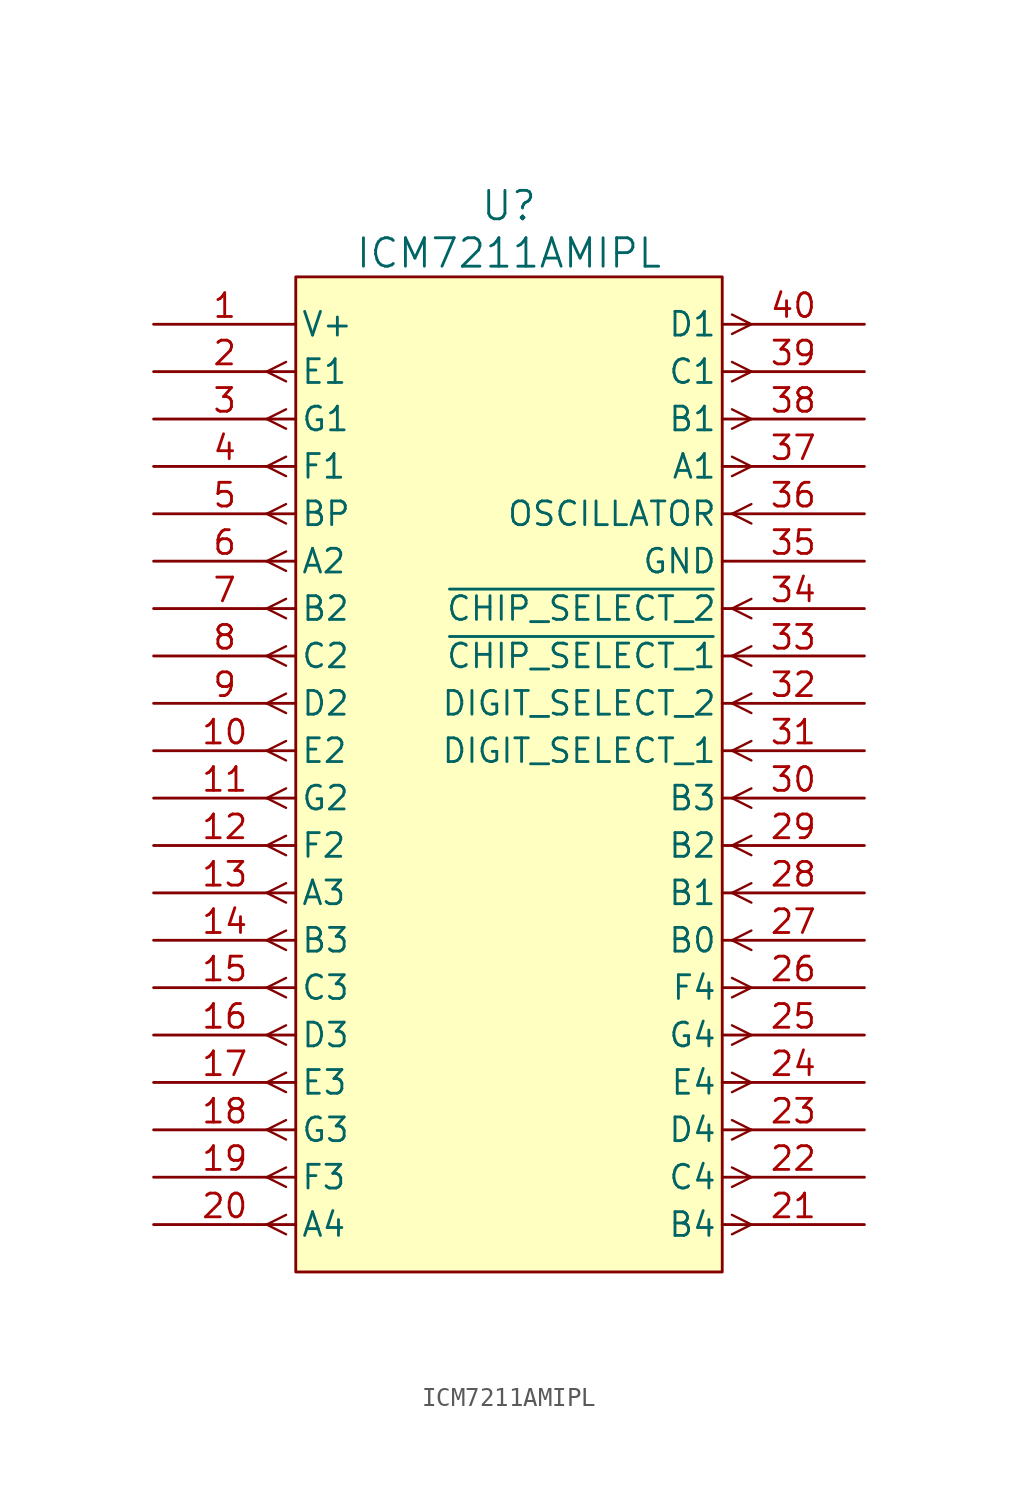
<source format=kicad_sym>
(kicad_symbol_lib
  (version 20220914)
  (generator kicad_symbol_editor)
  (symbol "ICM7211AMIPL"
    (pin_names
      (offset 0.254))
    (property "Reference" "U"
      (at 19.05 6.35 0)
      (effects (font (size 1.524 1.524))))
    (property "Value" "ICM7211AMIPL"
      (at 19.05 3.81 0)
      (effects (font (size 1.524 1.524))))
    (symbol "ICM7211AMIPL_0_1"
      (polyline (pts (xy 7.099 -48.781) (xy 6.058 -48.26)) (stroke (width 0.127) (type default)) (fill (type none)))
      (polyline (pts (xy 7.099 -47.739) (xy 6.058 -48.26)) (stroke (width 0.127) (type default)) (fill (type none)))
      (polyline (pts (xy 7.099 -46.241) (xy 6.058 -45.72)) (stroke (width 0.127) (type default)) (fill (type none)))
      (polyline (pts (xy 7.099 -45.199) (xy 6.058 -45.72)) (stroke (width 0.127) (type default)) (fill (type none)))
      (polyline (pts (xy 7.099 -43.701) (xy 6.058 -43.18)) (stroke (width 0.127) (type default)) (fill (type none)))
      (polyline (pts (xy 7.099 -42.659) (xy 6.058 -43.18)) (stroke (width 0.127) (type default)) (fill (type none)))
      (polyline (pts (xy 7.099 -41.161) (xy 6.058 -40.64)) (stroke (width 0.127) (type default)) (fill (type none)))
      (polyline (pts (xy 7.099 -40.119) (xy 6.058 -40.64)) (stroke (width 0.127) (type default)) (fill (type none)))
      (polyline (pts (xy 7.099 -38.621) (xy 6.058 -38.1)) (stroke (width 0.127) (type default)) (fill (type none)))
      (polyline (pts (xy 7.099 -37.579) (xy 6.058 -38.1)) (stroke (width 0.127) (type default)) (fill (type none)))
      (polyline (pts (xy 7.099 -36.081) (xy 6.058 -35.56)) (stroke (width 0.127) (type default)) (fill (type none)))
      (polyline (pts (xy 7.099 -35.039) (xy 6.058 -35.56)) (stroke (width 0.127) (type default)) (fill (type none)))
      (polyline (pts (xy 7.099 -33.541) (xy 6.058 -33.02)) (stroke (width 0.127) (type default)) (fill (type none)))
      (polyline (pts (xy 7.099 -32.499) (xy 6.058 -33.02)) (stroke (width 0.127) (type default)) (fill (type none)))
      (polyline (pts (xy 7.099 -31.001) (xy 6.058 -30.48)) (stroke (width 0.127) (type default)) (fill (type none)))
      (polyline (pts (xy 7.099 -29.959) (xy 6.058 -30.48)) (stroke (width 0.127) (type default)) (fill (type none)))
      (polyline (pts (xy 7.099 -28.461) (xy 6.058 -27.94)) (stroke (width 0.127) (type default)) (fill (type none)))
      (polyline (pts (xy 7.099 -27.419) (xy 6.058 -27.94)) (stroke (width 0.127) (type default)) (fill (type none)))
      (polyline (pts (xy 7.099 -25.921) (xy 6.058 -25.4)) (stroke (width 0.127) (type default)) (fill (type none)))
      (polyline (pts (xy 7.099 -24.879) (xy 6.058 -25.4)) (stroke (width 0.127) (type default)) (fill (type none)))
      (polyline (pts (xy 7.099 -23.381) (xy 6.058 -22.86)) (stroke (width 0.127) (type default)) (fill (type none)))
      (polyline (pts (xy 7.099 -22.339) (xy 6.058 -22.86)) (stroke (width 0.127) (type default)) (fill (type none)))
      (polyline (pts (xy 7.099 -20.841) (xy 6.058 -20.32)) (stroke (width 0.127) (type default)) (fill (type none)))
      (polyline (pts (xy 7.099 -19.799) (xy 6.058 -20.32)) (stroke (width 0.127) (type default)) (fill (type none)))
      (polyline (pts (xy 7.099 -18.301) (xy 6.058 -17.78)) (stroke (width 0.127) (type default)) (fill (type none)))
      (polyline (pts (xy 7.099 -17.259) (xy 6.058 -17.78)) (stroke (width 0.127) (type default)) (fill (type none)))
      (polyline (pts (xy 7.099 -15.761) (xy 6.058 -15.24)) (stroke (width 0.127) (type default)) (fill (type none)))
      (polyline (pts (xy 7.099 -14.719) (xy 6.058 -15.24)) (stroke (width 0.127) (type default)) (fill (type none)))
      (polyline (pts (xy 7.099 -13.221) (xy 6.058 -12.7)) (stroke (width 0.127) (type default)) (fill (type none)))
      (polyline (pts (xy 7.099 -12.179) (xy 6.058 -12.7)) (stroke (width 0.127) (type default)) (fill (type none)))
      (polyline (pts (xy 7.099 -10.681) (xy 6.058 -10.16)) (stroke (width 0.127) (type default)) (fill (type none)))
      (polyline (pts (xy 7.099 -9.639) (xy 6.058 -10.16)) (stroke (width 0.127) (type default)) (fill (type none)))
      (polyline (pts (xy 7.099 -8.141) (xy 6.058 -7.62)) (stroke (width 0.127) (type default)) (fill (type none)))
      (polyline (pts (xy 7.099 -7.099) (xy 6.058 -7.62)) (stroke (width 0.127) (type default)) (fill (type none)))
      (polyline (pts (xy 7.099 -5.601) (xy 6.058 -5.08)) (stroke (width 0.127) (type default)) (fill (type none)))
      (polyline (pts (xy 7.099 -4.559) (xy 6.058 -5.08)) (stroke (width 0.127) (type default)) (fill (type none)))
      (polyline (pts (xy 7.099 -3.061) (xy 6.058 -2.54)) (stroke (width 0.127) (type default)) (fill (type none)))
      (polyline (pts (xy 7.099 -2.019) (xy 6.058 -2.54)) (stroke (width 0.127) (type default)) (fill (type none)))
      (polyline (pts (xy 31.001 -48.781) (xy 32.042 -48.26)) (stroke (width 0.127) (type default)) (fill (type none)))
      (polyline (pts (xy 31.001 -47.739) (xy 32.042 -48.26)) (stroke (width 0.127) (type default)) (fill (type none)))
      (polyline (pts (xy 31.001 -46.241) (xy 32.042 -45.72)) (stroke (width 0.127) (type default)) (fill (type none)))
      (polyline (pts (xy 31.001 -45.199) (xy 32.042 -45.72)) (stroke (width 0.127) (type default)) (fill (type none)))
      (polyline (pts (xy 31.001 -43.701) (xy 32.042 -43.18)) (stroke (width 0.127) (type default)) (fill (type none)))
      (polyline (pts (xy 31.001 -42.659) (xy 32.042 -43.18)) (stroke (width 0.127) (type default)) (fill (type none)))
      (polyline (pts (xy 31.001 -41.161) (xy 32.042 -40.64)) (stroke (width 0.127) (type default)) (fill (type none)))
      (polyline (pts (xy 31.001 -40.119) (xy 32.042 -40.64)) (stroke (width 0.127) (type default)) (fill (type none)))
      (polyline (pts (xy 31.001 -38.621) (xy 32.042 -38.1)) (stroke (width 0.127) (type default)) (fill (type none)))
      (polyline (pts (xy 31.001 -37.579) (xy 32.042 -38.1)) (stroke (width 0.127) (type default)) (fill (type none)))
      (polyline (pts (xy 31.001 -36.081) (xy 32.042 -35.56)) (stroke (width 0.127) (type default)) (fill (type none)))
      (polyline (pts (xy 31.001 -35.039) (xy 32.042 -35.56)) (stroke (width 0.127) (type default)) (fill (type none)))
      (polyline (pts (xy 31.001 -33.02) (xy 32.042 -33.541)) (stroke (width 0.127) (type default)) (fill (type none)))
      (polyline (pts (xy 31.001 -33.02) (xy 32.042 -32.499)) (stroke (width 0.127) (type default)) (fill (type none)))
      (polyline (pts (xy 31.001 -30.48) (xy 32.042 -31.001)) (stroke (width 0.127) (type default)) (fill (type none)))
      (polyline (pts (xy 31.001 -30.48) (xy 32.042 -29.959)) (stroke (width 0.127) (type default)) (fill (type none)))
      (polyline (pts (xy 31.001 -27.94) (xy 32.042 -28.461)) (stroke (width 0.127) (type default)) (fill (type none)))
      (polyline (pts (xy 31.001 -27.94) (xy 32.042 -27.419)) (stroke (width 0.127) (type default)) (fill (type none)))
      (polyline (pts (xy 31.001 -25.4) (xy 32.042 -25.921)) (stroke (width 0.127) (type default)) (fill (type none)))
      (polyline (pts (xy 31.001 -25.4) (xy 32.042 -24.879)) (stroke (width 0.127) (type default)) (fill (type none)))
      (polyline (pts (xy 31.001 -22.86) (xy 32.042 -23.381)) (stroke (width 0.127) (type default)) (fill (type none)))
      (polyline (pts (xy 31.001 -22.86) (xy 32.042 -22.339)) (stroke (width 0.127) (type default)) (fill (type none)))
      (polyline (pts (xy 31.001 -20.32) (xy 32.042 -20.841)) (stroke (width 0.127) (type default)) (fill (type none)))
      (polyline (pts (xy 31.001 -20.32) (xy 32.042 -19.799)) (stroke (width 0.127) (type default)) (fill (type none)))
      (polyline (pts (xy 31.001 -17.78) (xy 32.042 -18.301)) (stroke (width 0.127) (type default)) (fill (type none)))
      (polyline (pts (xy 31.001 -17.78) (xy 32.042 -17.259)) (stroke (width 0.127) (type default)) (fill (type none)))
      (polyline (pts (xy 31.001 -15.24) (xy 32.042 -15.761)) (stroke (width 0.127) (type default)) (fill (type none)))
      (polyline (pts (xy 31.001 -15.24) (xy 32.042 -14.719)) (stroke (width 0.127) (type default)) (fill (type none)))
      (polyline (pts (xy 31.001 -10.16) (xy 32.042 -10.681)) (stroke (width 0.127) (type default)) (fill (type none)))
      (polyline (pts (xy 31.001 -10.16) (xy 32.042 -9.639)) (stroke (width 0.127) (type default)) (fill (type none)))
      (polyline (pts (xy 31.001 -8.141) (xy 32.042 -7.62)) (stroke (width 0.127) (type default)) (fill (type none)))
      (polyline (pts (xy 31.001 -7.099) (xy 32.042 -7.62)) (stroke (width 0.127) (type default)) (fill (type none)))
      (polyline (pts (xy 31.001 -5.601) (xy 32.042 -5.08)) (stroke (width 0.127) (type default)) (fill (type none)))
      (polyline (pts (xy 31.001 -4.559) (xy 32.042 -5.08)) (stroke (width 0.127) (type default)) (fill (type none)))
      (polyline (pts (xy 31.001 -3.061) (xy 32.042 -2.54)) (stroke (width 0.127) (type default)) (fill (type none)))
      (polyline (pts (xy 31.001 -2.019) (xy 32.042 -2.54)) (stroke (width 0.127) (type default)) (fill (type none)))
      (polyline (pts (xy 31.001 -0.521) (xy 32.042 0)) (stroke (width 0.127) (type default)) (fill (type none)))
      (polyline (pts (xy 31.001 0.521) (xy 32.042 0)) (stroke (width 0.127) (type default)) (fill (type none)))
      (pin power_in line (at 0 0 0) (length 7.62) (name "V+" (effects (font (size 1.27 1.27)))) (number "1" (effects (font (size 1.27 1.27)))))
      (pin input line (at 38.1 -33.02 180) (length 7.62) (name "B0" (effects (font (size 1.27 1.27)))) (number "27" (effects (font (size 1.27 1.27)))))
      (pin input line (at 38.1 -30.48 180) (length 7.62) (name "B1" (effects (font (size 1.27 1.27)))) (number "28" (effects (font (size 1.27 1.27)))))
      (pin input line (at 38.1 -27.94 180) (length 7.62) (name "B2" (effects (font (size 1.27 1.27)))) (number "29" (effects (font (size 1.27 1.27)))))
      (pin input line (at 38.1 -25.4 180) (length 7.62) (name "B3" (effects (font (size 1.27 1.27)))) (number "30" (effects (font (size 1.27 1.27)))))
      (pin power_in line (at 38.1 -12.7 180) (length 7.62) (name "GND" (effects (font (size 1.27 1.27)))) (number "35" (effects (font (size 1.27 1.27)))))
      (pin output line (at 0 -10.16 0) (length 7.62) (name "BP" (effects (font (size 1.27 1.27)))) (number "5" (effects (font (size 1.27 1.27))))))
    (symbol "ICM7211AMIPL_1_1"
      (rectangle (start 7.62 2.54) (end 30.48 -50.8) (stroke (width 0) (type default)) (fill (type background)))
      (pin output line (at 0 -22.86 0) (length 7.62) (name "E2" (effects (font (size 1.27 1.27)))) (number "10" (effects (font (size 1.27 1.27)))) (alternate "2E" output line))
      (pin output line (at 0 -25.4 0) (length 7.62) (name "G2" (effects (font (size 1.27 1.27)))) (number "11" (effects (font (size 1.27 1.27)))) (alternate "2G" output line))
      (pin output line (at 0 -27.94 0) (length 7.62) (name "F2" (effects (font (size 1.27 1.27)))) (number "12" (effects (font (size 1.27 1.27)))) (alternate "2F" output line))
      (pin output line (at 0 -30.48 0) (length 7.62) (name "A3" (effects (font (size 1.27 1.27)))) (number "13" (effects (font (size 1.27 1.27)))) (alternate "3A" output line))
      (pin output line (at 0 -33.02 0) (length 7.62) (name "B3" (effects (font (size 1.27 1.27)))) (number "14" (effects (font (size 1.27 1.27)))) (alternate "3B" output line))
      (pin output line (at 0 -35.56 0) (length 7.62) (name "C3" (effects (font (size 1.27 1.27)))) (number "15" (effects (font (size 1.27 1.27)))) (alternate "3C" output line))
      (pin output line (at 0 -38.1 0) (length 7.62) (name "D3" (effects (font (size 1.27 1.27)))) (number "16" (effects (font (size 1.27 1.27)))) (alternate "3D" output line))
      (pin output line (at 0 -40.64 0) (length 7.62) (name "E3" (effects (font (size 1.27 1.27)))) (number "17" (effects (font (size 1.27 1.27)))) (alternate "3E" output line))
      (pin output line (at 0 -43.18 0) (length 7.62) (name "G3" (effects (font (size 1.27 1.27)))) (number "18" (effects (font (size 1.27 1.27)))) (alternate "3G" output line))
      (pin output line (at 0 -45.72 0) (length 7.62) (name "F3" (effects (font (size 1.27 1.27)))) (number "19" (effects (font (size 1.27 1.27)))) (alternate "3F" output line))
      (pin output line (at 0 -2.54 0) (length 7.62) (name "E1" (effects (font (size 1.27 1.27)))) (number "2" (effects (font (size 1.27 1.27)))) (alternate "1E" output line))
      (pin output line (at 0 -48.26 0) (length 7.62) (name "A4" (effects (font (size 1.27 1.27)))) (number "20" (effects (font (size 1.27 1.27)))) (alternate "4A" output line))
      (pin output line (at 38.1 -48.26 180) (length 7.62) (name "B4" (effects (font (size 1.27 1.27)))) (number "21" (effects (font (size 1.27 1.27)))) (alternate "4B" output line))
      (pin output line (at 38.1 -45.72 180) (length 7.62) (name "C4" (effects (font (size 1.27 1.27)))) (number "22" (effects (font (size 1.27 1.27)))) (alternate "C4" output line))
      (pin output line (at 38.1 -43.18 180) (length 7.62) (name "D4" (effects (font (size 1.27 1.27)))) (number "23" (effects (font (size 1.27 1.27)))) (alternate "4D" output line))
      (pin output line (at 38.1 -40.64 180) (length 7.62) (name "E4" (effects (font (size 1.27 1.27)))) (number "24" (effects (font (size 1.27 1.27)))) (alternate "4E" output line))
      (pin output line (at 38.1 -38.1 180) (length 7.62) (name "G4" (effects (font (size 1.27 1.27)))) (number "25" (effects (font (size 1.27 1.27)))) (alternate "4G" output line))
      (pin output line (at 38.1 -35.56 180) (length 7.62) (name "F4" (effects (font (size 1.27 1.27)))) (number "26" (effects (font (size 1.27 1.27)))) (alternate "4F" output line))
      (pin output line (at 0 -5.08 0) (length 7.62) (name "G1" (effects (font (size 1.27 1.27)))) (number "3" (effects (font (size 1.27 1.27)))) (alternate "1G" output line))
      (pin input line (at 38.1 -22.86 180) (length 7.62) (name "DIGIT_SELECT_1" (effects (font (size 1.27 1.27)))) (number "31" (effects (font (size 1.27 1.27)))))
      (pin input line (at 38.1 -20.32 180) (length 7.62) (name "DIGIT_SELECT_2" (effects (font (size 1.27 1.27)))) (number "32" (effects (font (size 1.27 1.27)))))
      (pin input line (at 38.1 -17.78 180) (length 7.62) (name "~{CHIP_SELECT_1}" (effects (font (size 1.27 1.27)))) (number "33" (effects (font (size 1.27 1.27)))))
      (pin input line (at 38.1 -15.24 180) (length 7.62) (name "~{CHIP_SELECT_2}" (effects (font (size 1.27 1.27)))) (number "34" (effects (font (size 1.27 1.27)))))
      (pin input line (at 38.1 -10.16 180) (length 7.62) (name "OSCILLATOR" (effects (font (size 1.27 1.27)))) (number "36" (effects (font (size 1.27 1.27)))))
      (pin output line (at 38.1 -7.62 180) (length 7.62) (name "A1" (effects (font (size 1.27 1.27)))) (number "37" (effects (font (size 1.27 1.27)))) (alternate "1A" output line))
      (pin output line (at 38.1 -5.08 180) (length 7.62) (name "B1" (effects (font (size 1.27 1.27)))) (number "38" (effects (font (size 1.27 1.27)))) (alternate "1B" output line))
      (pin output line (at 38.1 -2.54 180) (length 7.62) (name "C1" (effects (font (size 1.27 1.27)))) (number "39" (effects (font (size 1.27 1.27)))) (alternate "1C" output line))
      (pin output line (at 0 -7.62 0) (length 7.62) (name "F1" (effects (font (size 1.27 1.27)))) (number "4" (effects (font (size 1.27 1.27)))) (alternate "1F" output line))
      (pin output line (at 38.1 0 180) (length 7.62) (name "D1" (effects (font (size 1.27 1.27)))) (number "40" (effects (font (size 1.27 1.27)))) (alternate "1D" output line))
      (pin output line (at 0 -12.7 0) (length 7.62) (name "A2" (effects (font (size 1.27 1.27)))) (number "6" (effects (font (size 1.27 1.27)))) (alternate "2A" output line))
      (pin output line (at 0 -15.24 0) (length 7.62) (name "B2" (effects (font (size 1.27 1.27)))) (number "7" (effects (font (size 1.27 1.27)))) (alternate "2B" output line))
      (pin output line (at 0 -17.78 0) (length 7.62) (name "C2" (effects (font (size 1.27 1.27)))) (number "8" (effects (font (size 1.27 1.27)))) (alternate "2C" output line))
      (pin output line (at 0 -20.32 0) (length 7.62) (name "D2" (effects (font (size 1.27 1.27)))) (number "9" (effects (font (size 1.27 1.27)))) (alternate "2D" output line)))))
</source>
